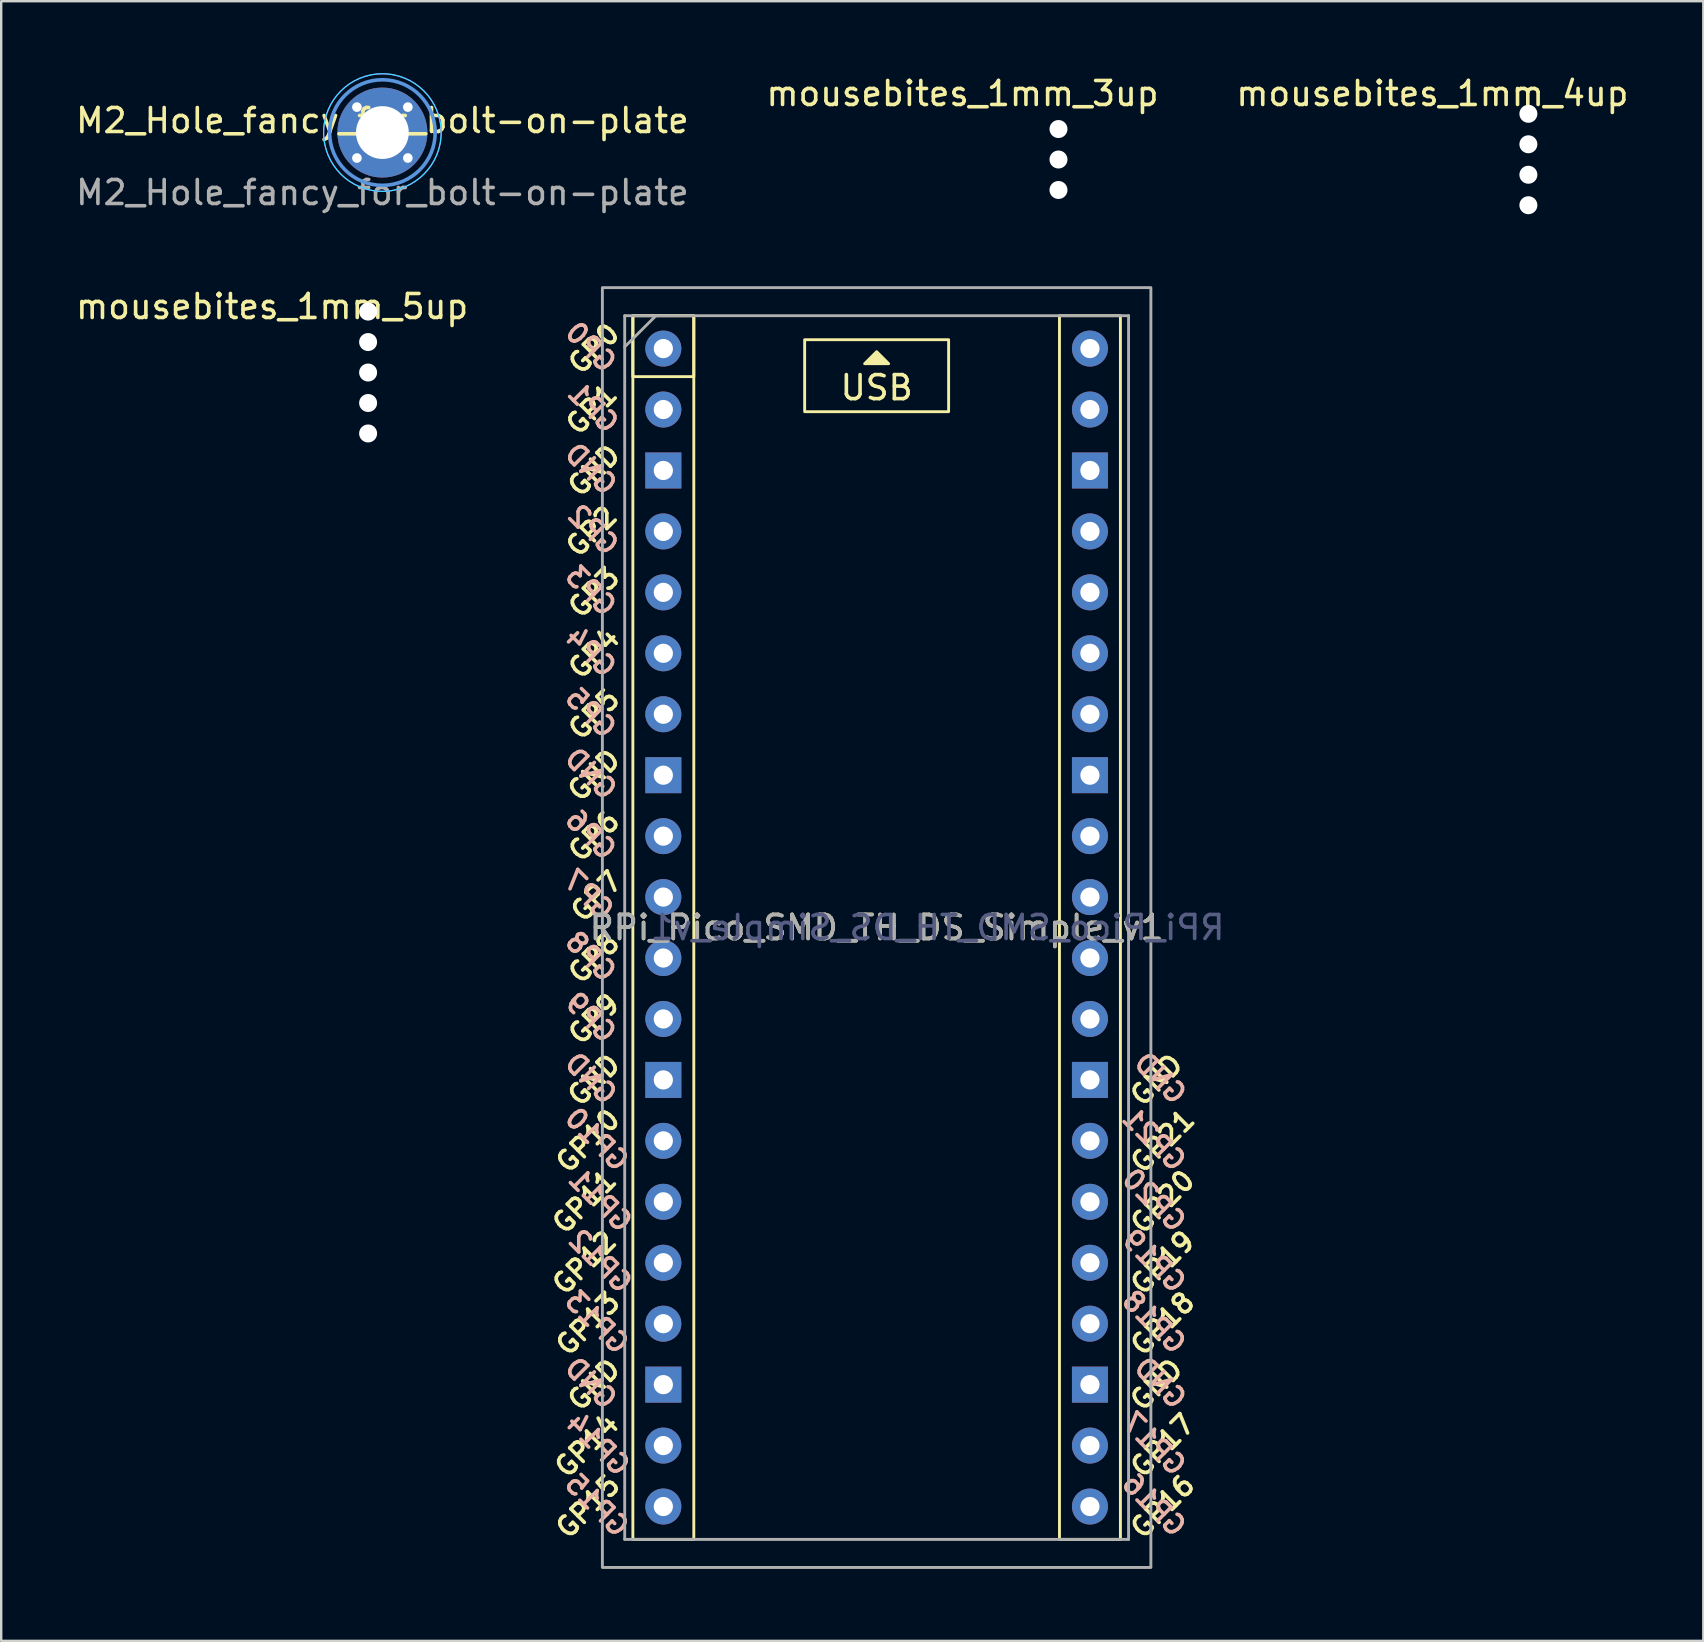
<source format=kicad_pcb>
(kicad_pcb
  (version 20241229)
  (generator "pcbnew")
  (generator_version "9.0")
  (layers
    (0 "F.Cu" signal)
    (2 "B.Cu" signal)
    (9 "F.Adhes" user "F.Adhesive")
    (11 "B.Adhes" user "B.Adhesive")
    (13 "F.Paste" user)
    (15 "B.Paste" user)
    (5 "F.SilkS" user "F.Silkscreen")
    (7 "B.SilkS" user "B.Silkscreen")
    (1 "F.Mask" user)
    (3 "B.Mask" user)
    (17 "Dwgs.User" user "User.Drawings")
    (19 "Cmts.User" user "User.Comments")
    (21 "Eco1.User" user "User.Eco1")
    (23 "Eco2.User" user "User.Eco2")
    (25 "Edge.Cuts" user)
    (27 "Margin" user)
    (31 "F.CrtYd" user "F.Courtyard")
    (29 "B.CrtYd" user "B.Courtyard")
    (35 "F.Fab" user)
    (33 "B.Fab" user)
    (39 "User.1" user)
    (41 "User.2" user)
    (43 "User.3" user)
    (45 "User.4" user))
  (footprint "mousebites_1mm_4up"
    (layer "F.Cu")
    (at 60.649 3.598)
    (property "Reference" "mousebites_1mm_4up" (at -4 -2.75 0) (layer "F.SilkS") (effects (font (size 1 1) (thickness 0.15))))
    (attr exclude_from_pos_files exclude_from_bom)
    (pad "" np_thru_hole circle (at 0 -1.905) (size 0.75 0.75) (drill 0.75) (layers "*.Cu" "*.Mask"))
    (pad "" np_thru_hole circle (at 0 -0.635) (size 0.75 0.75) (drill 0.75) (layers "*.Cu" "*.Mask"))
    (pad "" np_thru_hole circle (at 0 0.635) (size 0.75 0.75) (drill 0.75) (layers "*.Cu" "*.Mask"))
    (pad "" np_thru_hole circle (at 0 1.905) (size 0.75 0.75) (drill 0.75) (layers "*.Cu" "*.Mask")))
  (footprint "M2_Hole_fancy_for_bolt-on-plate"
    (layer "F.Cu")
    (at 12.887 2.475)
    (property "Reference" "M2_Hole_fancy_for_bolt-on-plate" (at 0 -0.5 0) (unlocked yes) (layer "F.SilkS") (effects (font (size 1 1) (thickness 0.15))))
    (attr through_hole)
    (fp_circle (center 0 0) (end 1.556 1.556) (stroke (width 0.15) (type solid)) (fill no) (layer "Cmts.User"))
    (fp_circle (center 0 0) (end 1.732 1.732) (stroke (width 0.05) (type solid)) (fill no) (layer "B.CrtYd"))
    (fp_circle (center 0 0) (end 2.45 0) (stroke (width 0.05) (type solid)) (fill no) (layer "F.CrtYd"))
    (fp_text user "${REFERENCE}" (at 0 2.5 0) (unlocked yes) (layer "F.Fab") (effects (font (size 1 1) (thickness 0.15))))
    (pad "1" thru_hole circle (at -1.061 -1.061 135) (size 0.5 0.5) (drill 0.4) (layers "*.Cu" "*.Mask"))
    (pad "1" thru_hole circle (at -1.061 1.061 135) (size 0.5 0.5) (drill 0.4) (layers "*.Cu" "*.Mask"))
    (pad "1" thru_hole circle (at 0 0 135) (size 3.75 3.75) (drill 2.2) (layers "*.Cu" "*.Mask"))
    (pad "1" thru_hole circle (at 1.061 -1.061 135) (size 0.5 0.5) (drill 0.4) (layers "*.Cu" "*.Mask"))
    (pad "1" thru_hole circle (at 1.061 1.061 135) (size 0.5 0.5) (drill 0.4) (layers "*.Cu" "*.Mask")))
  (footprint "mousebites_1mm_5up"
    (layer "F.Cu")
    (at 12.292 12.476)
    (property "Reference" "mousebites_1mm_5up" (at -4 -2.75 0) (layer "F.SilkS") (effects (font (size 1 1) (thickness 0.15))))
    (attr exclude_from_pos_files exclude_from_bom)
    (pad "" np_thru_hole circle (at 0 -2.54) (size 0.75 0.75) (drill 0.75) (layers "*.Cu" "*.Mask"))
    (pad "" np_thru_hole circle (at 0 -1.27) (size 0.75 0.75) (drill 0.75) (layers "*.Cu" "*.Mask"))
    (pad "" np_thru_hole circle (at 0 0) (size 0.75 0.75) (drill 0.75) (layers "*.Cu" "*.Mask"))
    (pad "" np_thru_hole circle (at 0 1.27) (size 0.75 0.75) (drill 0.75) (layers "*.Cu" "*.Mask"))
    (pad "" np_thru_hole circle (at 0 2.54) (size 0.75 0.75) (drill 0.75) (layers "*.Cu" "*.Mask")))
  (footprint "RPi_Pico_SMD_TH_DS_Simple_v1"
    (layer "F.Cu")
    (at 33.413 35.608)
    (property "Reference" "RPi_Pico_SMD_TH_DS_Simple_v1" (at 0.073 0 0) (layer "F.SilkS") (effects (font (size 1 1) (thickness 0.15))))
    (attr through_hole)
    (fp_rect (start -10.087 -25.5) (end -7.547 -22.96) (stroke (width 0.12) (type default)) (fill no) (layer "F.SilkS"))
    (fp_rect (start -10.087 -25.5) (end -7.547 25.5) (stroke (width 0.12) (type default)) (fill no) (layer "F.SilkS"))
    (fp_rect (start -2.927 -24.5) (end 3.073 -21.5) (stroke (width 0.12) (type solid)) (fill no) (layer "F.SilkS"))
    (fp_rect (start 7.693 -25.5) (end 10.233 25.5) (stroke (width 0.12) (type default)) (fill no) (layer "F.SilkS"))
    (fp_poly (pts (xy 0.573 -23.5) (xy -0.427 -23.5) (xy 0.073 -24)) (stroke (width 0.12) (type solid)) (fill yes) (layer "F.SilkS"))
    (fp_line (start -10.427 -25.5) (end 10.573 -25.5) (stroke (width 0.12) (type solid)) (layer "F.Fab"))
    (fp_line (start -10.427 -24.2) (end -9.127 -25.5) (stroke (width 0.12) (type solid)) (layer "F.Fab"))
    (fp_line (start -10.427 25.5) (end -10.427 -25.5) (stroke (width 0.12) (type solid)) (layer "F.Fab"))
    (fp_line (start 10.573 -25.5) (end 10.573 25.5) (stroke (width 0.12) (type solid)) (layer "F.Fab"))
    (fp_line (start 10.573 25.5) (end -10.427 25.5) (stroke (width 0.12) (type solid)) (layer "F.Fab"))
    (fp_rect (start -11.357 -26.67) (end 11.503 26.67) (stroke (width 0.12) (type solid)) (fill no) (layer "F.Fab"))
    (fp_text user "GND" (at -11.706 6.35 45) (layer "F.SilkS") (effects (font (size 0.8 0.8) (thickness 0.15))))
    (fp_text user "GP10" (at -11.96 8.89 45) (layer "F.SilkS") (effects (font (size 0.8 0.8) (thickness 0.15))))
    (fp_text user "GP18" (at 11.994 16.51 45) (layer "F.SilkS") (effects (font (size 0.8 0.8) (thickness 0.15))))
    (fp_text user "GP12" (at -12.106 13.97 45) (layer "F.SilkS") (effects (font (size 0.8 0.8) (thickness 0.15))))
    (fp_text user "GP5" (at -11.706 -8.89 45) (layer "F.SilkS") (effects (font (size 0.8 0.8) (thickness 0.15))))
    (fp_text user "GP16" (at 11.994 24.13 45) (layer "F.SilkS") (effects (font (size 0.8 0.8) (thickness 0.15))))
    (fp_text user "GP3" (at -11.706 -13.97 45) (layer "F.SilkS") (effects (font (size 0.8 0.8) (thickness 0.15))))
    (fp_text user "GP1" (at -11.806 -21.6 45) (layer "F.SilkS") (effects (font (size 0.8 0.8) (thickness 0.15))))
    (fp_text user "GP11" (at -12.106 11.43 45) (layer "F.SilkS") (effects (font (size 0.8 0.8) (thickness 0.15))))
    (fp_text user "GND" (at 11.74 19.05 45) (layer "F.SilkS") (effects (font (size 0.8 0.8) (thickness 0.15))))
    (fp_text user "GND" (at -11.706 -19.05 45) (layer "F.SilkS") (effects (font (size 0.8 0.8) (thickness 0.15))))
    (fp_text user "GP6" (at -11.706 -3.81 45) (layer "F.SilkS") (effects (font (size 0.8 0.8) (thickness 0.15))))
    (fp_text user "GND" (at -11.706 19.05 45) (layer "F.SilkS") (effects (font (size 0.8 0.8) (thickness 0.15))))
    (fp_text user "GP7" (at -11.606 -1.3 45) (layer "F.SilkS") (effects (font (size 0.8 0.8) (thickness 0.15))))
    (fp_text user "GP8" (at -11.706 1.27 45) (layer "F.SilkS") (effects (font (size 0.8 0.8) (thickness 0.15))))
    (fp_text user "GP9" (at -11.706 3.81 45) (layer "F.SilkS") (effects (font (size 0.8 0.8) (thickness 0.15))))
    (fp_text user "GP15" (at -11.96 24.13 45) (layer "F.SilkS") (effects (font (size 0.8 0.8) (thickness 0.15))))
    (fp_text user "GP14" (at -12.006 21.59 45) (layer "F.SilkS") (effects (font (size 0.8 0.8) (thickness 0.15))))
    (fp_text user "GP13" (at -11.96 16.51 45) (layer "F.SilkS") (effects (font (size 0.8 0.8) (thickness 0.15))))
    (fp_text user "GP19" (at 11.994 13.97 45) (layer "F.SilkS") (effects (font (size 0.8 0.8) (thickness 0.15))))
    (fp_text user "GND" (at 11.74 6.35 45) (layer "F.SilkS") (effects (font (size 0.8 0.8) (thickness 0.15))))
    (fp_text user "GP0" (at -11.706 -24.13 45) (layer "F.SilkS") (effects (font (size 0.8 0.8) (thickness 0.15))))
    (fp_text user "GND" (at -11.706 -6.35 45) (layer "F.SilkS") (effects (font (size 0.8 0.8) (thickness 0.15))))
    (fp_text user "GP17" (at 11.994 21.59 45) (layer "F.SilkS") (effects (font (size 0.8 0.8) (thickness 0.15))))
    (fp_text user "GP2" (at -11.806 -16.51 45) (layer "F.SilkS") (effects (font (size 0.8 0.8) (thickness 0.15))))
    (fp_text user "GP4" (at -11.706 -11.43 45) (layer "F.SilkS") (effects (font (size 0.8 0.8) (thickness 0.15))))
    (fp_text user "GP20" (at 11.994 11.43 45) (layer "F.SilkS") (effects (font (size 0.8 0.8) (thickness 0.15))))
    (fp_text user "GP21" (at 11.994 8.9 45) (layer "F.SilkS") (effects (font (size 0.8 0.8) (thickness 0.15))))
    (fp_text user "USB" (at 0.073 -22.5 0) (unlocked yes) (layer "F.SilkS") (effects (font (size 1 1) (thickness 0.15))))
    (fp_text user "GP12" (at -11.439 13.91 315) (layer "B.SilkS") (effects (font (size 0.8 0.8) (thickness 0.15)) (justify mirror)))
    (fp_text user "GND" (at -11.839 -6.41 315) (layer "B.SilkS") (effects (font (size 0.8 0.8) (thickness 0.15)) (justify mirror)))
    (fp_text user "GP13" (at -11.585 16.45 315) (layer "B.SilkS") (effects (font (size 0.8 0.8) (thickness 0.15)) (justify mirror)))
    (fp_text user "GP10" (at -11.585 8.83 315) (layer "B.SilkS") (effects (font (size 0.8 0.8) (thickness 0.15)) (justify mirror)))
    (fp_text user "GP18" (at 11.637 16.44 315) (layer "B.SilkS") (effects (font (size 0.8 0.8) (thickness 0.15)) (justify mirror)))
    (fp_text user "GP19" (at 11.637 13.9 315) (layer "B.SilkS") (effects (font (size 0.8 0.8) (thickness 0.15)) (justify mirror)))
    (fp_text user "GND" (at -11.839 6.29 315) (layer "B.SilkS") (effects (font (size 0.8 0.8) (thickness 0.15)) (justify mirror)))
    (fp_text user "GP11" (at -11.439 11.37 315) (layer "B.SilkS") (effects (font (size 0.8 0.8) (thickness 0.15)) (justify mirror)))
    (fp_text user "GP3" (at -11.839 -14.03 315) (layer "B.SilkS") (effects (font (size 0.8 0.8) (thickness 0.15)) (justify mirror)))
    (fp_text user "GND" (at -11.839 18.99 315) (layer "B.SilkS") (effects (font (size 0.8 0.8) (thickness 0.15)) (justify mirror)))
    (fp_text user "GP16" (at 11.637 24.06 315) (layer "B.SilkS") (effects (font (size 0.8 0.8) (thickness 0.15)) (justify mirror)))
    (fp_text user "GP7" (at -11.939 -1.36 315) (layer "B.SilkS") (effects (font (size 0.8 0.8) (thickness 0.15)) (justify mirror)))
    (fp_text user "GND" (at 11.891 6.28 315) (layer "B.SilkS") (effects (font (size 0.8 0.8) (thickness 0.15)) (justify mirror)))
    (fp_text user "GP21" (at 11.637 8.83 315) (layer "B.SilkS") (effects (font (size 0.8 0.8) (thickness 0.15)) (justify mirror)))
    (fp_text user "GP17" (at 11.637 21.52 315) (layer "B.SilkS") (effects (font (size 0.8 0.8) (thickness 0.15)) (justify mirror)))
    (fp_text user "GP6" (at -11.839 -3.87 315) (layer "B.SilkS") (effects (font (size 0.8 0.8) (thickness 0.15)) (justify mirror)))
    (fp_text user "GP4" (at -11.839 -11.49 315) (layer "B.SilkS") (effects (font (size 0.8 0.8) (thickness 0.15)) (justify mirror)))
    (fp_text user "GP20" (at 11.637 11.36 315) (layer "B.SilkS") (effects (font (size 0.8 0.8) (thickness 0.15)) (justify mirror)))
    (fp_text user "GP14" (at -11.539 21.53 315) (layer "B.SilkS") (effects (font (size 0.8 0.8) (thickness 0.15)) (justify mirror)))
    (fp_text user "GP5" (at -11.839 -8.95 315) (layer "B.SilkS") (effects (font (size 0.8 0.8) (thickness 0.15)) (justify mirror)))
    (fp_text user "GP0" (at -11.839 -24.19 315) (layer "B.SilkS") (effects (font (size 0.8 0.8) (thickness 0.15)) (justify mirror)))
    (fp_text user "GP8" (at -11.839 1.21 315) (layer "B.SilkS") (effects (font (size 0.8 0.8) (thickness 0.15)) (justify mirror)))
    (fp_text user "GP9" (at -11.839 3.75 315) (layer "B.SilkS") (effects (font (size 0.8 0.8) (thickness 0.15)) (justify mirror)))
    (fp_text user "GP15" (at -11.585 24.07 315) (layer "B.SilkS") (effects (font (size 0.8 0.8) (thickness 0.15)) (justify mirror)))
    (fp_text user "GND" (at -11.839 -19.11 315) (layer "B.SilkS") (effects (font (size 0.8 0.8) (thickness 0.15)) (justify mirror)))
    (fp_text user "GP1" (at -11.739 -21.66 315) (layer "B.SilkS") (effects (font (size 0.8 0.8) (thickness 0.15)) (justify mirror)))
    (fp_text user "GP2" (at -11.739 -16.57 315) (layer "B.SilkS") (effects (font (size 0.8 0.8) (thickness 0.15)) (justify mirror)))
    (fp_text user "GND" (at 11.891 18.98 315) (layer "B.SilkS") (effects (font (size 0.8 0.8) (thickness 0.15)) (justify mirror)))
    (fp_text user "${REFERENCE}" (at 2.613 0 180) (layer "B.Fab") (effects (font (size 1 1) (thickness 0.15)) (justify mirror)))
    (fp_text user "${REFERENCE}" (at 0.073 0 180) (layer "F.Fab") (effects (font (size 1 1) (thickness 0.15))))
    (pad "1" thru_hole circle (at -8.817 -24.13) (size 1.5 1.5) (drill 0.8) (layers "*.Cu" "*.Mask"))
    (pad "2" thru_hole circle (at -8.817 -21.59) (size 1.5 1.5) (drill 0.8) (layers "*.Cu" "*.Mask"))
    (pad "3" thru_hole rect (at -8.817 -19.05) (size 1.5 1.5) (drill 0.8) (layers "*.Cu" "*.Mask"))
    (pad "4" thru_hole circle (at -8.817 -16.51) (size 1.5 1.5) (drill 0.8) (layers "*.Cu" "*.Mask"))
    (pad "5" thru_hole circle (at -8.817 -13.97) (size 1.5 1.5) (drill 0.8) (layers "*.Cu" "*.Mask"))
    (pad "6" thru_hole circle (at -8.817 -11.43) (size 1.5 1.5) (drill 0.8) (layers "*.Cu" "*.Mask"))
    (pad "7" thru_hole circle (at -8.817 -8.89) (size 1.5 1.5) (drill 0.8) (layers "*.Cu" "*.Mask"))
    (pad "8" thru_hole rect (at -8.817 -6.35) (size 1.5 1.5) (drill 0.8) (layers "*.Cu" "*.Mask"))
    (pad "9" thru_hole circle (at -8.817 -3.81) (size 1.5 1.5) (drill 0.8) (layers "*.Cu" "*.Mask"))
    (pad "10" thru_hole circle (at -8.817 -1.27) (size 1.5 1.5) (drill 0.8) (layers "*.Cu" "*.Mask"))
    (pad "11" thru_hole circle (at -8.817 1.27) (size 1.5 1.5) (drill 0.8) (layers "*.Cu" "*.Mask"))
    (pad "12" thru_hole circle (at -8.817 3.81) (size 1.5 1.5) (drill 0.8) (layers "*.Cu" "*.Mask"))
    (pad "13" thru_hole rect (at -8.817 6.35) (size 1.5 1.5) (drill 0.8) (layers "*.Cu" "*.Mask"))
    (pad "14" thru_hole circle (at -8.817 8.89) (size 1.5 1.5) (drill 0.8) (layers "*.Cu" "*.Mask"))
    (pad "15" thru_hole circle (at -8.817 11.43) (size 1.5 1.5) (drill 0.8) (layers "*.Cu" "*.Mask"))
    (pad "16" thru_hole circle (at -8.817 13.97) (size 1.5 1.5) (drill 0.8) (layers "*.Cu" "*.Mask"))
    (pad "17" thru_hole circle (at -8.817 16.51) (size 1.5 1.5) (drill 0.8) (layers "*.Cu" "*.Mask"))
    (pad "18" thru_hole rect (at -8.817 19.05) (size 1.5 1.5) (drill 0.8) (layers "*.Cu" "*.Mask"))
    (pad "19" thru_hole circle (at -8.817 21.59) (size 1.5 1.5) (drill 0.8) (layers "*.Cu" "*.Mask"))
    (pad "20" thru_hole circle (at -8.817 24.13) (size 1.5 1.5) (drill 0.8) (layers "*.Cu" "*.Mask"))
    (pad "21" thru_hole circle (at 8.963 24.13) (size 1.5 1.5) (drill 0.8) (layers "*.Cu" "*.Mask"))
    (pad "22" thru_hole circle (at 8.963 21.59) (size 1.5 1.5) (drill 0.8) (layers "*.Cu" "*.Mask"))
    (pad "23" thru_hole rect (at 8.963 19.05) (size 1.5 1.5) (drill 0.8) (layers "*.Cu" "*.Mask"))
    (pad "24" thru_hole circle (at 8.963 16.51) (size 1.5 1.5) (drill 0.8) (layers "*.Cu" "*.Mask"))
    (pad "25" thru_hole circle (at 8.963 13.97) (size 1.5 1.5) (drill 0.8) (layers "*.Cu" "*.Mask"))
    (pad "26" thru_hole circle (at 8.963 11.43) (size 1.5 1.5) (drill 0.8) (layers "*.Cu" "*.Mask"))
    (pad "27" thru_hole circle (at 8.963 8.89) (size 1.5 1.5) (drill 0.8) (layers "*.Cu" "*.Mask"))
    (pad "28" thru_hole rect (at 8.963 6.35) (size 1.5 1.5) (drill 0.8) (layers "*.Cu" "*.Mask"))
    (pad "29" thru_hole circle (at 8.963 3.81) (size 1.5 1.5) (drill 0.8) (layers "*.Cu" "*.Mask"))
    (pad "30" thru_hole circle (at 8.963 1.27) (size 1.5 1.5) (drill 0.8) (layers "*.Cu" "*.Mask"))
    (pad "31" thru_hole circle (at 8.963 -1.27) (size 1.5 1.5) (drill 0.8) (layers "*.Cu" "*.Mask"))
    (pad "32" thru_hole circle (at 8.963 -3.81) (size 1.5 1.5) (drill 0.8) (layers "*.Cu" "*.Mask"))
    (pad "33" thru_hole rect (at 8.963 -6.35) (size 1.5 1.5) (drill 0.8) (layers "*.Cu" "*.Mask"))
    (pad "34" thru_hole circle (at 8.963 -8.89) (size 1.5 1.5) (drill 0.8) (layers "*.Cu" "*.Mask"))
    (pad "35" thru_hole circle (at 8.963 -11.43) (size 1.5 1.5) (drill 0.8) (layers "*.Cu" "*.Mask"))
    (pad "36" thru_hole circle (at 8.963 -13.97) (size 1.5 1.5) (drill 0.8) (layers "*.Cu" "*.Mask"))
    (pad "37" thru_hole circle (at 8.963 -16.51) (size 1.5 1.5) (drill 0.8) (layers "*.Cu" "*.Mask"))
    (pad "38" thru_hole rect (at 8.963 -19.05) (size 1.5 1.5) (drill 0.8) (layers "*.Cu" "*.Mask"))
    (pad "39" thru_hole circle (at 8.963 -21.59) (size 1.5 1.5) (drill 0.8) (layers "*.Cu" "*.Mask"))
    (pad "40" thru_hole circle (at 8.963 -24.13) (size 1.5 1.5) (drill 0.8) (layers "*.Cu" "*.Mask")))
  (footprint "mousebites_1mm_3up"
    (layer "F.Cu")
    (at 41.065 3.598)
    (property "Reference" "mousebites_1mm_3up" (at -4 -2.75 0) (layer "F.SilkS") (effects (font (size 1 1) (thickness 0.15))))
    (attr exclude_from_pos_files exclude_from_bom)
    (pad "" np_thru_hole circle (at 0 -1.27) (size 0.75 0.75) (drill 0.75) (layers "*.Cu" "*.Mask"))
    (pad "" np_thru_hole circle (at 0 0) (size 0.75 0.75) (drill 0.75) (layers "*.Cu" "*.Mask"))
    (pad "" np_thru_hole circle (at 0 1.27) (size 0.75 0.75) (drill 0.75) (layers "*.Cu" "*.Mask")))
  (gr_rect
    (start -3 -3)
    (end 67.94 65.338)
    (stroke (width 0.1) (type default))
    (fill no)
    (layer "Edge.Cuts")))
</source>
